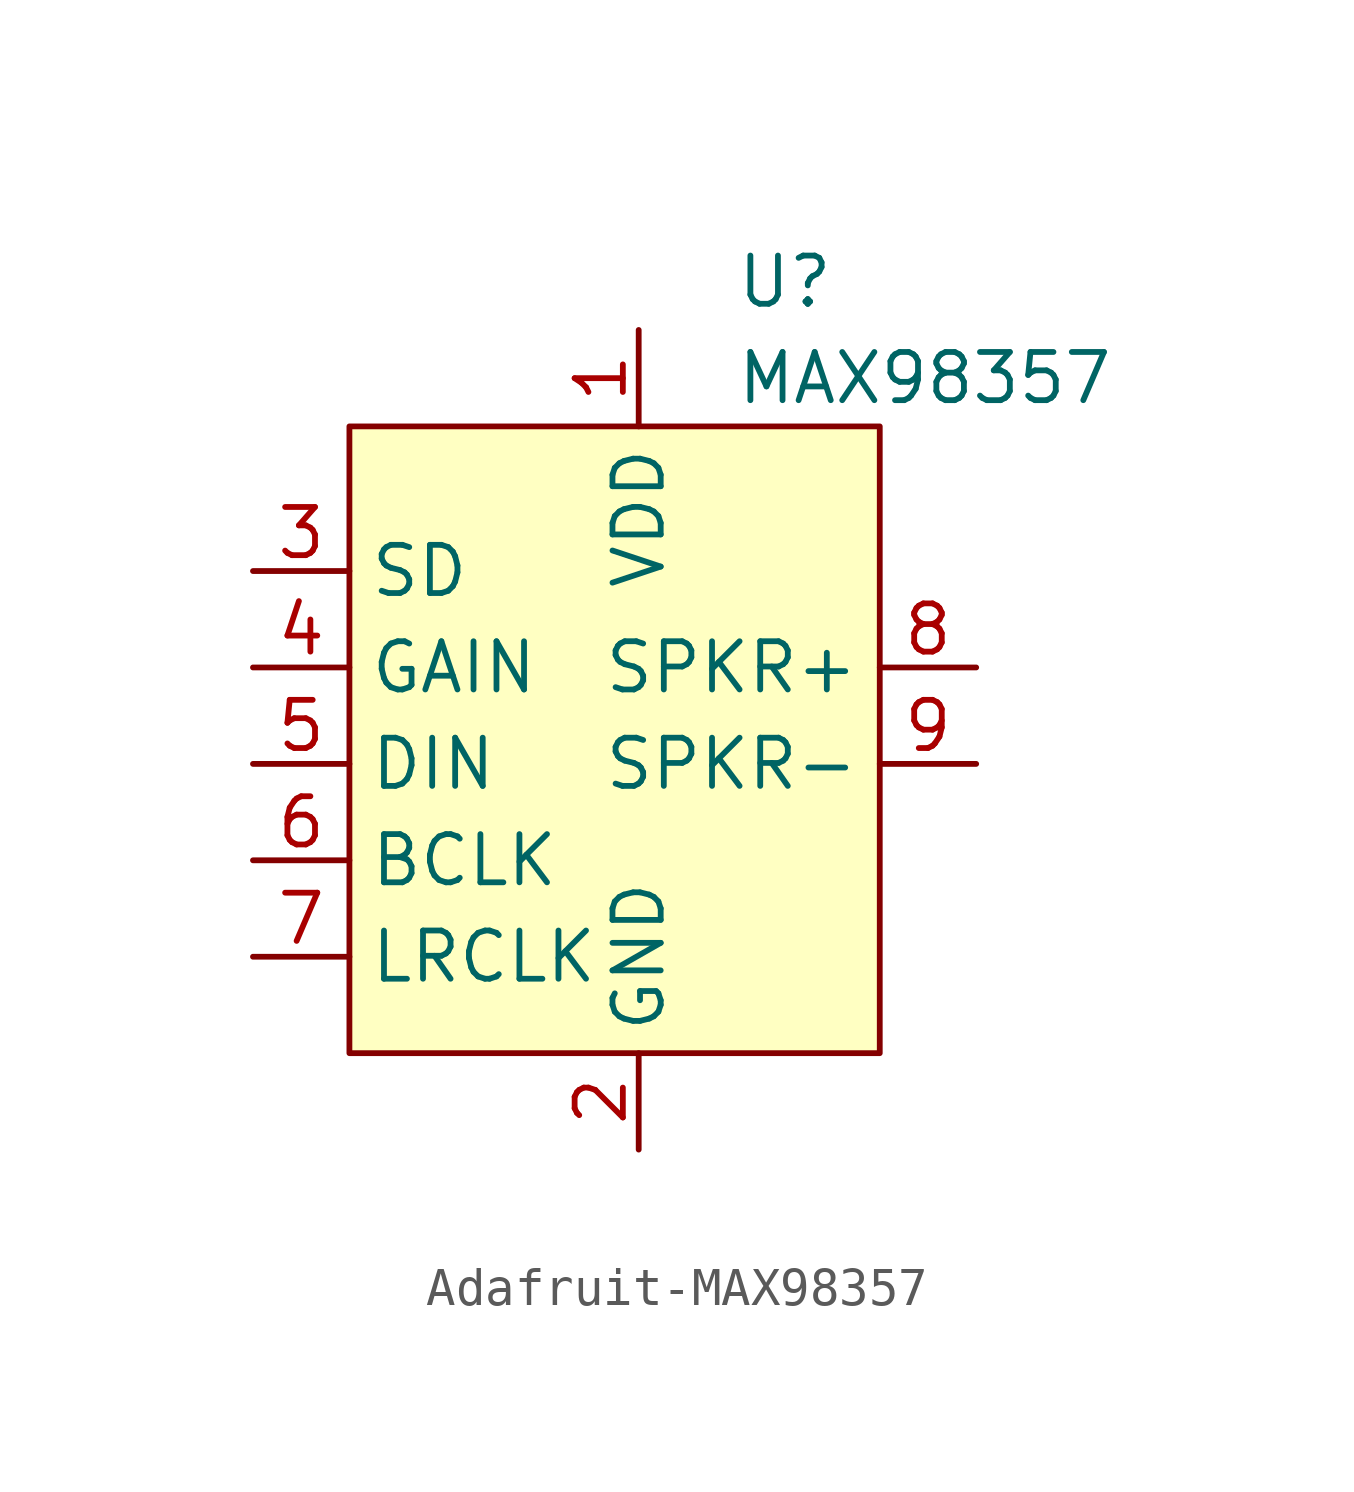
<source format=kicad_sym>
(kicad_symbol_lib
  (version 20220914)
  (generator kicad_symbol_editor)
  (symbol "Adafruit-MAX98357"
    (property "Reference" "U"
      (at 12.7 2.54 0)
      (effects (font (size 1.27 1.27)) (justify left)))
    (property "Value" "MAX98357"
      (at 12.7 0 0)
      (effects (font (size 1.27 1.27)) (justify left)))
    (symbol "Adafruit-MAX98357_1_0"
      (pin passive line (at 0 -7.62 0) (length 2.54) (name "GAIN" (effects (font (size 1.27 1.27)))) (number "4" (effects (font (size 1.27 1.27)))))
      (pin input line (at 0 -10.16 0) (length 2.54) (name "DIN" (effects (font (size 1.27 1.27)))) (number "5" (effects (font (size 1.27 1.27)))))
      (pin input line (at 0 -12.7 0) (length 2.54) (name "BCLK" (effects (font (size 1.27 1.27)))) (number "6" (effects (font (size 1.27 1.27)))))
      (pin input line (at 0 -15.24 0) (length 2.54) (name "LRCLK" (effects (font (size 1.27 1.27)))) (number "7" (effects (font (size 1.27 1.27)))))
      (pin output line (at 19.05 -7.62 180) (length 2.54) (name "SPKR+" (effects (font (size 1.27 1.27)))) (number "8" (effects (font (size 1.27 1.27)))))
      (pin output line (at 19.05 -10.16 180) (length 2.54) (name "SPKR-" (effects (font (size 1.27 1.27)))) (number "9" (effects (font (size 1.27 1.27))))))
    (symbol "Adafruit-MAX98357_1_1"
      (rectangle (start 2.54 -1.27) (end 16.51 -17.78) (stroke (width 0) (type default)) (fill (type background)))
      (pin power_in line (at 10.16 1.27 270) (length 2.54) (name "VDD" (effects (font (size 1.27 1.27)))) (number "1" (effects (font (size 1.27 1.27)))))
      (pin power_in line (at 10.16 -20.32 90) (length 2.54) (name "GND" (effects (font (size 1.27 1.27)))) (number "2" (effects (font (size 1.27 1.27)))))
      (pin passive line (at 0 -5.08 0) (length 2.54) (name "SD" (effects (font (size 1.27 1.27)))) (number "3" (effects (font (size 1.27 1.27))))))))
</source>
